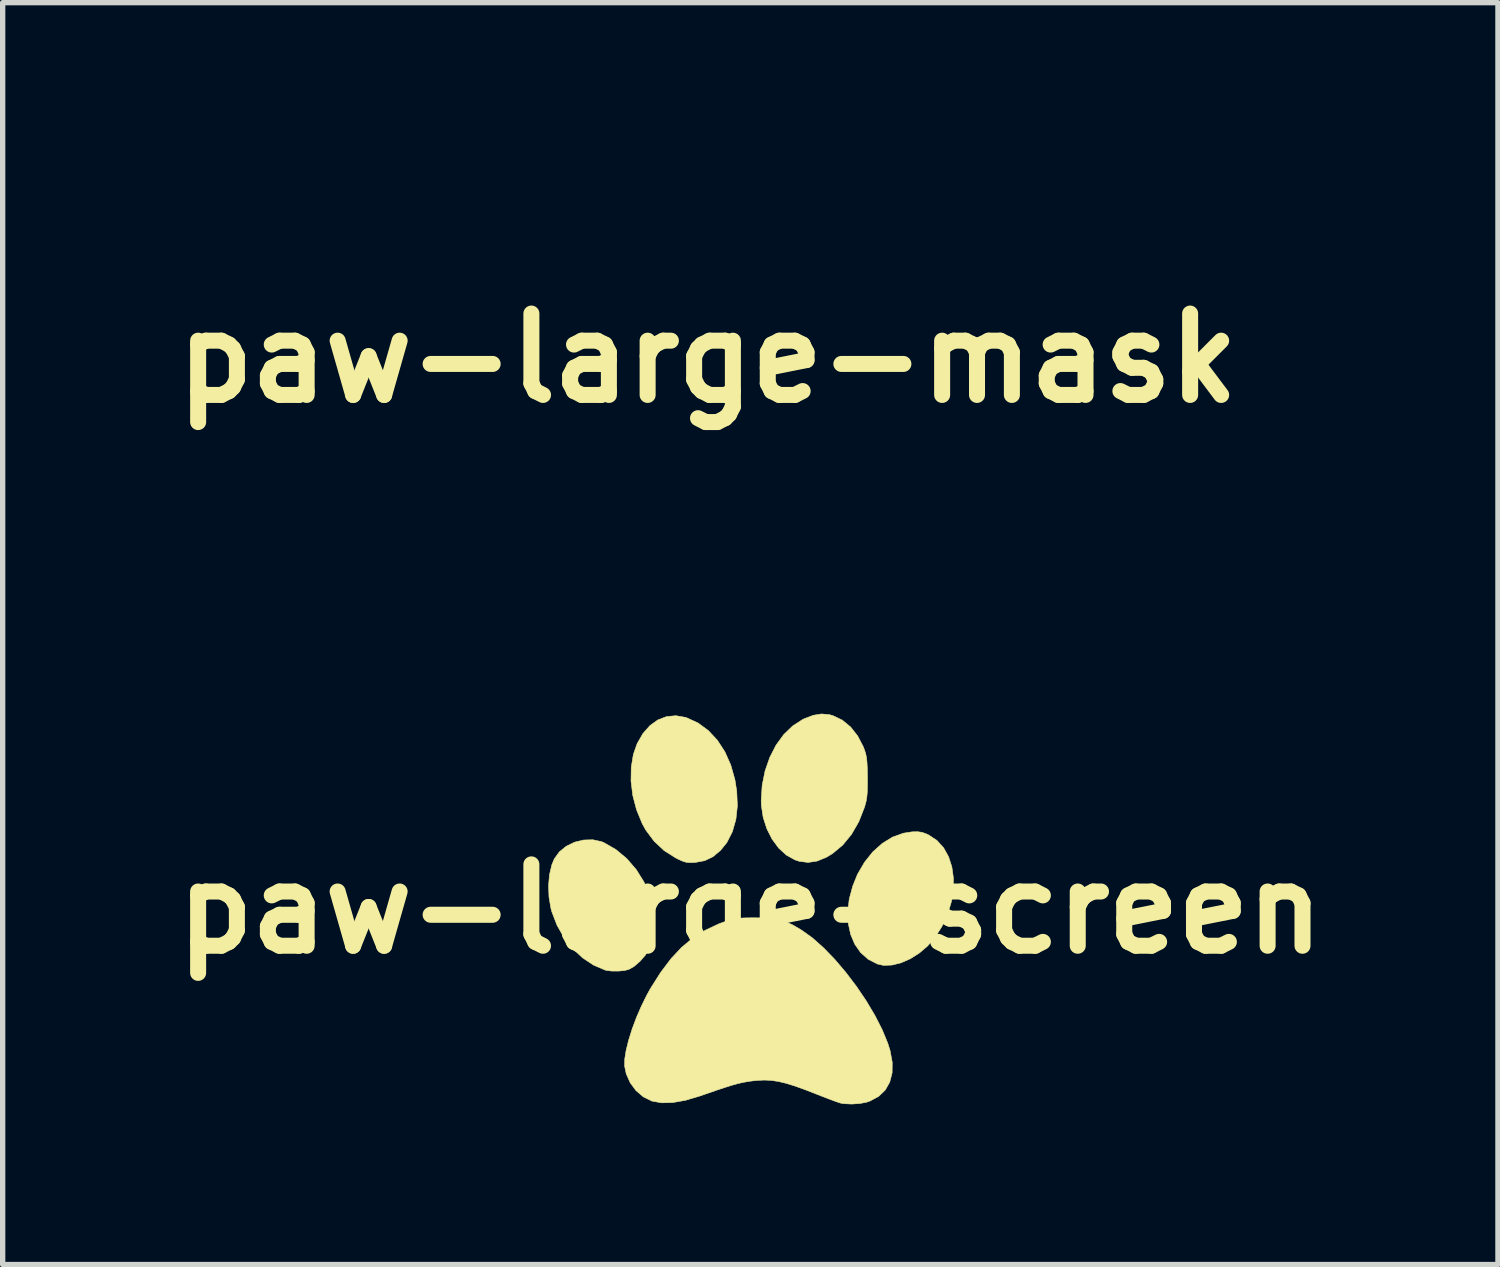
<source format=kicad_pcb>
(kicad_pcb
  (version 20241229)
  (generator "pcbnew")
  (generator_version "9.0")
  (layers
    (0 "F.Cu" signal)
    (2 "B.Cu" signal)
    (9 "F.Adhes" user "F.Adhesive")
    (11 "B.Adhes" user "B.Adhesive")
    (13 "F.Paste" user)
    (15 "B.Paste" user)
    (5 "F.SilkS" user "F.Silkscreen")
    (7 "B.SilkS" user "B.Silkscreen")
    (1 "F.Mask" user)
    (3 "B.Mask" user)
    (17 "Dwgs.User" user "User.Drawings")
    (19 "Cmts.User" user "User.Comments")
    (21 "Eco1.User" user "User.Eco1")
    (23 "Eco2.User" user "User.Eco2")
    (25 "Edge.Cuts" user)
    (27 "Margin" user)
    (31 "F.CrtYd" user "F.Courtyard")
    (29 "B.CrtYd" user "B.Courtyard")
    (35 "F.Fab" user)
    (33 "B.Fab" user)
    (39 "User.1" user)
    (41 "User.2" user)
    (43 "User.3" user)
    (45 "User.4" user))
  (footprint "paw-large-screen"
    (layer "F.Cu")
    (at 11.002 13.973)
    (property "Reference" "paw-large-screen" (at 0 0 0) (layer "F.SilkS") (effects (font (size 1.524 1.524) (thickness 0.3))))
    (attr through_hole)
    (fp_poly (pts (xy 3.215 -1.435) (xy 3.294 -1.407) (xy 3.339 -1.386) (xy 3.495 -1.283) (xy 3.62 -1.145) (xy 3.713 -0.978) (xy 3.775 -0.787) (xy 3.804 -0.578) (xy 3.8 -0.357) (xy 3.764 -0.129) (xy 3.694 0.101) (xy 3.59 0.326) (xy 3.454 0.54) (xy 3.32 0.694) (xy 3.164 0.827) (xy 2.996 0.933) (xy 2.823 1.009) (xy 2.653 1.051) (xy 2.494 1.057) (xy 2.38 1.031) (xy 2.208 0.943) (xy 2.066 0.817) (xy 1.956 0.66) (xy 1.879 0.477) (xy 1.835 0.271) (xy 1.826 0.048) (xy 1.853 -0.186) (xy 1.918 -0.428) (xy 2.007 -0.648) (xy 2.139 -0.875) (xy 2.295 -1.07) (xy 2.472 -1.228) (xy 2.664 -1.346) (xy 2.868 -1.419) (xy 3.029 -1.444) (xy 3.135 -1.446) (xy 3.215 -1.435)) (stroke (width 0.01) (type solid)) (fill yes) (layer "F.SilkS"))
    (fp_poly (pts (xy -1.213 -3.588) (xy -1.195 -3.582) (xy -0.979 -3.483) (xy -0.786 -3.341) (xy -0.617 -3.16) (xy -0.476 -2.943) (xy -0.366 -2.696) (xy -0.288 -2.42) (xy -0.254 -2.205) (xy -0.242 -1.931) (xy -0.27 -1.676) (xy -0.336 -1.446) (xy -0.439 -1.244) (xy -0.556 -1.099) (xy -0.698 -0.979) (xy -0.854 -0.904) (xy -1.032 -0.871) (xy -1.041 -0.87) (xy -1.128 -0.867) (xy -1.196 -0.873) (xy -1.264 -0.893) (xy -1.349 -0.931) (xy -1.396 -0.955) (xy -1.613 -1.092) (xy -1.802 -1.269) (xy -1.96 -1.481) (xy -2.025 -1.6) (xy -2.131 -1.858) (xy -2.201 -2.125) (xy -2.234 -2.393) (xy -2.23 -2.653) (xy -2.19 -2.896) (xy -2.12 -3.095) (xy -2.012 -3.284) (xy -1.881 -3.433) (xy -1.732 -3.54) (xy -1.568 -3.603) (xy -1.394 -3.619) (xy -1.213 -3.588)) (stroke (width 0.01) (type solid)) (fill yes) (layer "F.SilkS"))
    (fp_poly (pts (xy -2.788 -1.261) (xy -2.746 -1.244) (xy -2.519 -1.114) (xy -2.314 -0.943) (xy -2.136 -0.737) (xy -1.99 -0.503) (xy -1.881 -0.248) (xy -1.841 -0.108) (xy -1.811 0.071) (xy -1.803 0.262) (xy -1.815 0.45) (xy -1.846 0.619) (xy -1.889 0.74) (xy -1.964 0.863) (xy -2.065 0.98) (xy -2.176 1.076) (xy -2.274 1.132) (xy -2.359 1.154) (xy -2.472 1.164) (xy -2.59 1.164) (xy -2.693 1.151) (xy -2.718 1.145) (xy -2.936 1.052) (xy -3.141 0.916) (xy -3.327 0.741) (xy -3.489 0.536) (xy -3.62 0.305) (xy -3.716 0.056) (xy -3.734 -0.01) (xy -3.77 -0.219) (xy -3.779 -0.433) (xy -3.761 -0.641) (xy -3.717 -0.827) (xy -3.671 -0.938) (xy -3.576 -1.07) (xy -3.446 -1.175) (xy -3.292 -1.25) (xy -3.124 -1.291) (xy -2.952 -1.296) (xy -2.788 -1.261)) (stroke (width 0.01) (type solid)) (fill yes) (layer "F.SilkS"))
    (fp_poly (pts (xy 1.484 -3.638) (xy 1.547 -3.62) (xy 1.723 -3.536) (xy 1.879 -3.407) (xy 2.011 -3.239) (xy 2.116 -3.037) (xy 2.137 -2.982) (xy 2.16 -2.912) (xy 2.175 -2.838) (xy 2.185 -2.75) (xy 2.191 -2.637) (xy 2.194 -2.485) (xy 2.194 -2.464) (xy 2.194 -2.309) (xy 2.191 -2.193) (xy 2.183 -2.101) (xy 2.17 -2.021) (xy 2.149 -1.941) (xy 2.138 -1.905) (xy 2.032 -1.634) (xy 1.895 -1.397) (xy 1.73 -1.196) (xy 1.539 -1.037) (xy 1.427 -0.969) (xy 1.249 -0.896) (xy 1.081 -0.871) (xy 0.915 -0.893) (xy 0.838 -0.918) (xy 0.676 -1.008) (xy 0.531 -1.14) (xy 0.408 -1.307) (xy 0.31 -1.5) (xy 0.241 -1.714) (xy 0.207 -1.939) (xy 0.204 -2.032) (xy 0.222 -2.316) (xy 0.277 -2.587) (xy 0.365 -2.839) (xy 0.482 -3.068) (xy 0.626 -3.266) (xy 0.795 -3.429) (xy 0.984 -3.55) (xy 1.006 -3.561) (xy 1.179 -3.627) (xy 1.335 -3.652) (xy 1.484 -3.638)) (stroke (width 0.01) (type solid)) (fill yes) (layer "F.SilkS"))
    (fp_poly (pts (xy 0.102 0.166) (xy 0.288 0.17) (xy 0.437 0.182) (xy 0.564 0.206) (xy 0.682 0.246) (xy 0.804 0.305) (xy 0.945 0.388) (xy 0.963 0.399) (xy 1.164 0.543) (xy 1.373 0.729) (xy 1.584 0.947) (xy 1.791 1.191) (xy 1.989 1.452) (xy 2.172 1.723) (xy 2.335 1.997) (xy 2.471 2.264) (xy 2.575 2.517) (xy 2.618 2.654) (xy 2.658 2.872) (xy 2.656 3.07) (xy 2.611 3.244) (xy 2.527 3.392) (xy 2.403 3.511) (xy 2.242 3.597) (xy 2.176 3.62) (xy 2.049 3.644) (xy 1.899 3.654) (xy 1.754 3.647) (xy 1.702 3.639) (xy 1.657 3.626) (xy 1.575 3.597) (xy 1.465 3.556) (xy 1.339 3.507) (xy 1.27 3.48) (xy 1.036 3.389) (xy 0.839 3.318) (xy 0.672 3.266) (xy 0.525 3.231) (xy 0.392 3.211) (xy 0.264 3.205) (xy 0.132 3.211) (xy 0.012 3.224) (xy -0.071 3.237) (xy -0.152 3.252) (xy -0.24 3.273) (xy -0.341 3.301) (xy -0.462 3.339) (xy -0.611 3.388) (xy -0.795 3.452) (xy -0.953 3.506) (xy -1.215 3.584) (xy -1.453 3.626) (xy -1.662 3.631) (xy -1.839 3.599) (xy -1.848 3.596) (xy -2.004 3.519) (xy -2.141 3.402) (xy -2.25 3.254) (xy -2.324 3.087) (xy -2.354 2.943) (xy -2.352 2.813) (xy -2.326 2.649) (xy -2.279 2.459) (xy -2.214 2.251) (xy -2.133 2.034) (xy -2.039 1.817) (xy -1.936 1.609) (xy -1.867 1.485) (xy -1.677 1.186) (xy -1.486 0.933) (xy -1.287 0.72) (xy -1.075 0.544) (xy -0.844 0.399) (xy -0.589 0.279) (xy -0.445 0.226) (xy -0.366 0.201) (xy -0.294 0.184) (xy -0.214 0.174) (xy -0.115 0.168) (xy 0.016 0.166) (xy 0.102 0.166)) (stroke (width 0.01) (type solid)) (fill yes) (layer "F.SilkS")))
  (footprint "paw-large-mask"
    (layer "F.Cu")
    (at 10.204 3.657)
    (property "Reference" "paw-large-mask" (at 0 0 0) (layer "F.SilkS") (effects (font (size 1.524 1.524) (thickness 0.3))))
    (attr through_hole)
    (fp_poly (pts (xy 3.215 -1.435) (xy 3.294 -1.407) (xy 3.339 -1.386) (xy 3.495 -1.283) (xy 3.62 -1.145) (xy 3.713 -0.978) (xy 3.775 -0.787) (xy 3.804 -0.578) (xy 3.8 -0.357) (xy 3.764 -0.129) (xy 3.694 0.101) (xy 3.59 0.326) (xy 3.454 0.54) (xy 3.32 0.694) (xy 3.164 0.827) (xy 2.996 0.933) (xy 2.823 1.009) (xy 2.653 1.051) (xy 2.494 1.057) (xy 2.38 1.031) (xy 2.208 0.943) (xy 2.066 0.817) (xy 1.956 0.66) (xy 1.879 0.477) (xy 1.835 0.271) (xy 1.826 0.048) (xy 1.853 -0.186) (xy 1.918 -0.428) (xy 2.007 -0.648) (xy 2.139 -0.875) (xy 2.295 -1.07) (xy 2.472 -1.228) (xy 2.664 -1.346) (xy 2.868 -1.419) (xy 3.029 -1.444) (xy 3.135 -1.446) (xy 3.215 -1.435)) (stroke (width 0.01) (type solid)) (fill yes) (layer "F.Mask"))
    (fp_poly (pts (xy -1.213 -3.588) (xy -1.195 -3.582) (xy -0.979 -3.483) (xy -0.786 -3.341) (xy -0.617 -3.16) (xy -0.476 -2.943) (xy -0.366 -2.696) (xy -0.288 -2.42) (xy -0.254 -2.205) (xy -0.242 -1.931) (xy -0.27 -1.676) (xy -0.336 -1.446) (xy -0.439 -1.244) (xy -0.556 -1.099) (xy -0.698 -0.979) (xy -0.854 -0.904) (xy -1.032 -0.871) (xy -1.041 -0.87) (xy -1.128 -0.867) (xy -1.196 -0.873) (xy -1.264 -0.893) (xy -1.349 -0.931) (xy -1.396 -0.955) (xy -1.613 -1.092) (xy -1.802 -1.269) (xy -1.96 -1.481) (xy -2.025 -1.6) (xy -2.131 -1.858) (xy -2.201 -2.125) (xy -2.234 -2.393) (xy -2.23 -2.653) (xy -2.19 -2.896) (xy -2.12 -3.095) (xy -2.012 -3.284) (xy -1.881 -3.433) (xy -1.732 -3.54) (xy -1.568 -3.603) (xy -1.394 -3.619) (xy -1.213 -3.588)) (stroke (width 0.01) (type solid)) (fill yes) (layer "F.Mask"))
    (fp_poly (pts (xy -2.788 -1.261) (xy -2.746 -1.244) (xy -2.519 -1.114) (xy -2.314 -0.943) (xy -2.136 -0.737) (xy -1.99 -0.503) (xy -1.881 -0.248) (xy -1.841 -0.108) (xy -1.811 0.071) (xy -1.803 0.262) (xy -1.815 0.45) (xy -1.846 0.619) (xy -1.889 0.74) (xy -1.964 0.863) (xy -2.065 0.98) (xy -2.176 1.076) (xy -2.274 1.132) (xy -2.359 1.154) (xy -2.472 1.164) (xy -2.59 1.164) (xy -2.693 1.151) (xy -2.718 1.145) (xy -2.936 1.052) (xy -3.141 0.916) (xy -3.327 0.741) (xy -3.489 0.536) (xy -3.62 0.305) (xy -3.716 0.056) (xy -3.734 -0.01) (xy -3.77 -0.219) (xy -3.779 -0.433) (xy -3.761 -0.641) (xy -3.717 -0.827) (xy -3.671 -0.938) (xy -3.576 -1.07) (xy -3.446 -1.175) (xy -3.292 -1.25) (xy -3.124 -1.291) (xy -2.952 -1.296) (xy -2.788 -1.261)) (stroke (width 0.01) (type solid)) (fill yes) (layer "F.Mask"))
    (fp_poly (pts (xy 1.484 -3.638) (xy 1.547 -3.62) (xy 1.723 -3.536) (xy 1.879 -3.407) (xy 2.011 -3.239) (xy 2.116 -3.037) (xy 2.137 -2.982) (xy 2.16 -2.912) (xy 2.175 -2.838) (xy 2.185 -2.75) (xy 2.191 -2.637) (xy 2.194 -2.485) (xy 2.194 -2.464) (xy 2.194 -2.309) (xy 2.191 -2.193) (xy 2.183 -2.101) (xy 2.17 -2.021) (xy 2.149 -1.941) (xy 2.138 -1.905) (xy 2.032 -1.634) (xy 1.895 -1.397) (xy 1.73 -1.196) (xy 1.539 -1.037) (xy 1.427 -0.969) (xy 1.249 -0.896) (xy 1.081 -0.871) (xy 0.915 -0.893) (xy 0.838 -0.918) (xy 0.676 -1.008) (xy 0.531 -1.14) (xy 0.408 -1.307) (xy 0.31 -1.5) (xy 0.241 -1.714) (xy 0.207 -1.939) (xy 0.204 -2.032) (xy 0.222 -2.316) (xy 0.277 -2.587) (xy 0.365 -2.839) (xy 0.482 -3.068) (xy 0.626 -3.266) (xy 0.795 -3.429) (xy 0.984 -3.55) (xy 1.006 -3.561) (xy 1.179 -3.627) (xy 1.335 -3.652) (xy 1.484 -3.638)) (stroke (width 0.01) (type solid)) (fill yes) (layer "F.Mask"))
    (fp_poly (pts (xy 0.102 0.166) (xy 0.288 0.17) (xy 0.437 0.182) (xy 0.564 0.206) (xy 0.682 0.246) (xy 0.804 0.305) (xy 0.945 0.388) (xy 0.963 0.399) (xy 1.164 0.543) (xy 1.373 0.729) (xy 1.584 0.947) (xy 1.791 1.191) (xy 1.989 1.452) (xy 2.172 1.723) (xy 2.335 1.997) (xy 2.471 2.264) (xy 2.575 2.517) (xy 2.618 2.654) (xy 2.658 2.872) (xy 2.656 3.07) (xy 2.611 3.244) (xy 2.527 3.392) (xy 2.403 3.511) (xy 2.242 3.597) (xy 2.176 3.62) (xy 2.049 3.644) (xy 1.899 3.654) (xy 1.754 3.647) (xy 1.702 3.639) (xy 1.657 3.626) (xy 1.575 3.597) (xy 1.465 3.556) (xy 1.339 3.507) (xy 1.27 3.48) (xy 1.036 3.389) (xy 0.839 3.318) (xy 0.672 3.266) (xy 0.525 3.231) (xy 0.392 3.211) (xy 0.264 3.205) (xy 0.132 3.211) (xy 0.012 3.224) (xy -0.071 3.237) (xy -0.152 3.252) (xy -0.24 3.273) (xy -0.341 3.301) (xy -0.462 3.339) (xy -0.611 3.388) (xy -0.795 3.452) (xy -0.953 3.506) (xy -1.215 3.584) (xy -1.453 3.626) (xy -1.662 3.631) (xy -1.839 3.599) (xy -1.848 3.596) (xy -2.004 3.519) (xy -2.141 3.402) (xy -2.25 3.254) (xy -2.324 3.087) (xy -2.354 2.943) (xy -2.352 2.813) (xy -2.326 2.649) (xy -2.279 2.459) (xy -2.214 2.251) (xy -2.133 2.034) (xy -2.039 1.817) (xy -1.936 1.609) (xy -1.867 1.485) (xy -1.677 1.186) (xy -1.486 0.933) (xy -1.287 0.72) (xy -1.075 0.544) (xy -0.844 0.399) (xy -0.589 0.279) (xy -0.445 0.226) (xy -0.366 0.201) (xy -0.294 0.184) (xy -0.214 0.174) (xy -0.115 0.168) (xy 0.016 0.166) (xy 0.102 0.166)) (stroke (width 0.01) (type solid)) (fill yes) (layer "F.Mask")))
  (gr_rect
    (start -3 -3)
    (end 25.004 20.632)
    (stroke (width 0.1) (type default))
    (fill no)
    (layer "Edge.Cuts")))
</source>
